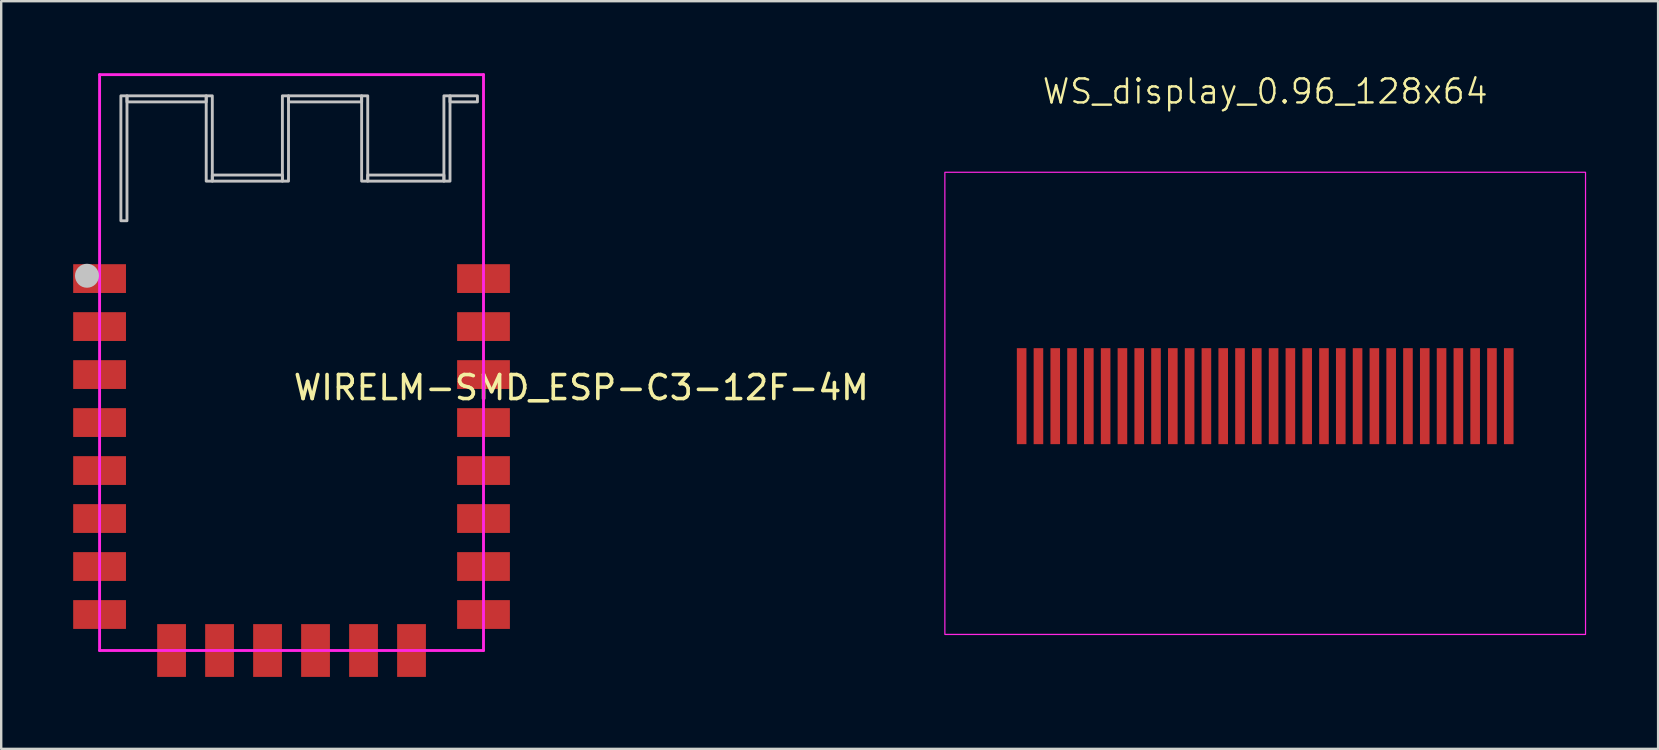
<source format=kicad_pcb>
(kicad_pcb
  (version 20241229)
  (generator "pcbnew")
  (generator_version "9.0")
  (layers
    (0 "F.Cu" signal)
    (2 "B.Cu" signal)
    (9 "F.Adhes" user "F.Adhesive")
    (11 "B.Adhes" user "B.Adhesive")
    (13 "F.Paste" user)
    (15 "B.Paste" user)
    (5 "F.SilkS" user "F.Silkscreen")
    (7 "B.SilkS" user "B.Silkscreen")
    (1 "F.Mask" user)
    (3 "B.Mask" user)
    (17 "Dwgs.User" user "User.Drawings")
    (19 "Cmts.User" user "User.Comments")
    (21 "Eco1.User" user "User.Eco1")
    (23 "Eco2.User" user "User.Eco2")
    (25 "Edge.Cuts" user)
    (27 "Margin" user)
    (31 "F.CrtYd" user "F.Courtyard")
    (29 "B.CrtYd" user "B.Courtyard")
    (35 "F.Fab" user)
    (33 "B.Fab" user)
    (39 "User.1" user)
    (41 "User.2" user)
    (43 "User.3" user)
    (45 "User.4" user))
  (footprint "WS_display_0.96_128x64"
    (layer "F.Cu")
    (at 49.677 13.46)
    (property "Reference" "WS_display_0.96_128x64" (at 0 -12.7 0) (unlocked yes) (layer "F.SilkS") (effects (font (size 1 1) (thickness 0.1))))
    (attr smd)
    (fp_rect (start -13.35 -9.33) (end 13.35 9.93) (stroke (width 0.05) (type default)) (fill no) (layer "F.CrtYd"))
    (pad "" smd rect (at -9.45 0) (size 0.4 4) (layers "F.Cu" "F.Mask" "F.Paste"))
    (pad "" smd rect (at -8.75 0) (size 0.4 4) (layers "F.Cu" "F.Mask" "F.Paste"))
    (pad "" smd rect (at -8.05 0) (size 0.4 4) (layers "F.Cu" "F.Mask" "F.Paste"))
    (pad "" smd rect (at -7.35 0) (size 0.4 4) (layers "F.Cu" "F.Mask" "F.Paste"))
    (pad "" smd rect (at -6.65 0) (size 0.4 4) (layers "F.Cu" "F.Mask" "F.Paste"))
    (pad "" smd rect (at -5.95 0) (size 0.4 4) (layers "F.Cu" "F.Mask" "F.Paste"))
    (pad "" smd rect (at -3.85 0) (size 0.4 4) (layers "F.Cu" "F.Mask" "F.Paste"))
    (pad "" smd rect (at 1.05 0) (size 0.4 4) (layers "F.Cu" "F.Mask" "F.Paste"))
    (pad "" smd rect (at 2.45 0) (size 0.4 4) (layers "F.Cu" "F.Mask" "F.Paste"))
    (pad "" smd rect (at 3.15 0) (size 0.4 4) (layers "F.Cu" "F.Mask" "F.Paste"))
    (pad "" smd rect (at 3.85 0) (size 0.4 4) (layers "F.Cu" "F.Mask" "F.Paste"))
    (pad "" smd rect (at 4.55 0) (size 0.4 4) (layers "F.Cu" "F.Mask" "F.Paste"))
    (pad "" smd rect (at 5.25 0) (size 0.4 4) (layers "F.Cu" "F.Mask" "F.Paste"))
    (pad "" smd rect (at 5.95 0) (size 0.4 4) (layers "F.Cu" "F.Mask" "F.Paste"))
    (pad "" smd rect (at 6.65 0) (size 0.4 4) (layers "F.Cu" "F.Mask" "F.Paste"))
    (pad "" smd rect (at 7.35 0) (size 0.4 4) (layers "F.Cu" "F.Mask" "F.Paste"))
    (pad "" smd rect (at 8.05 0) (size 0.4 4) (layers "F.Cu" "F.Mask" "F.Paste"))
    (pad "1" smd rect (at -10.15 0) (size 0.4 4) (layers "F.Cu" "F.Mask" "F.Paste"))
    (pad "1" smd rect (at -5.25 0) (size 0.4 4) (layers "F.Cu" "F.Mask" "F.Paste"))
    (pad "1" smd rect (at -2.45 0) (size 0.4 4) (layers "F.Cu" "F.Mask" "F.Paste"))
    (pad "1" smd rect (at 10.15 0) (size 0.4 4) (layers "F.Cu" "F.Mask" "F.Paste"))
    (pad "2" smd rect (at -4.55 0) (size 0.4 4) (layers "F.Cu" "F.Mask" "F.Paste"))
    (pad "2" smd rect (at -3.15 0) (size 0.4 4) (layers "F.Cu" "F.Mask" "F.Paste"))
    (pad "2" smd rect (at 8.75 0) (size 0.4 4) (layers "F.Cu" "F.Mask" "F.Paste"))
    (pad "3" smd rect (at -1.75 0) (size 0.4 4) (layers "F.Cu" "F.Mask" "F.Paste"))
    (pad "4" smd rect (at -1.05 0) (size 0.4 4) (layers "F.Cu" "F.Mask" "F.Paste"))
    (pad "5" smd rect (at -0.35 0) (size 0.4 4) (layers "F.Cu" "F.Mask" "F.Paste"))
    (pad "6" smd rect (at 1.75 0) (size 0.4 4) (layers "F.Cu" "F.Mask" "F.Paste"))
    (pad "7" smd rect (at 0.35 0) (size 0.4 4) (layers "F.Cu" "F.Mask" "F.Paste"))
    (pad "8" smd rect (at 9.45 0) (size 0.4 4) (layers "F.Cu" "F.Mask" "F.Paste")))
  (footprint "WIRELM-SMD_ESP-C3-12F-4M"
    (layer "F.Cu")
    (at 9.1 16.31)
    (property "Reference" "WIRELM-SMD_ESP-C3-12F-4M" (at 0 -3.207 0) (layer "F.SilkS") (effects (font (size 1 1) (thickness 0.15)) (justify left)))
    (attr through_hole)
    (fp_circle (center -8.525 -7.868) (end -8.275 -7.868) (stroke (width 0.5) (type solid)) (fill no) (layer "Dwgs.User"))
    (fp_poly (pts (xy -7.112 -10.16) (xy -7.112 -15.367) (xy -6.858 -15.367) (xy -6.858 -10.16)) (stroke (width 0.12) (type solid)) (fill no) (layer "Dwgs.User"))
    (fp_poly (pts (xy -6.858 -15.367) (xy -3.556 -15.367) (xy -3.556 -15.113) (xy -6.858 -15.113)) (stroke (width 0.12) (type solid)) (fill no) (layer "Dwgs.User"))
    (fp_poly (pts (xy -3.556 -15.367) (xy -3.556 -11.811) (xy -3.302 -11.811) (xy -3.302 -15.367)) (stroke (width 0.12) (type solid)) (fill no) (layer "Dwgs.User"))
    (fp_poly (pts (xy -3.302 -11.811) (xy -0.381 -11.811) (xy -0.381 -12.065) (xy -3.302 -12.065)) (stroke (width 0.12) (type solid)) (fill no) (layer "Dwgs.User"))
    (fp_poly (pts (xy -0.381 -11.811) (xy -0.381 -15.367) (xy -0.127 -15.367) (xy -0.127 -11.811)) (stroke (width 0.12) (type solid)) (fill no) (layer "Dwgs.User"))
    (fp_poly (pts (xy -0.127 -15.367) (xy 2.921 -15.367) (xy 2.921 -15.113) (xy -0.127 -15.113)) (stroke (width 0.12) (type solid)) (fill no) (layer "Dwgs.User"))
    (fp_poly (pts (xy 2.921 -15.367) (xy 2.921 -11.811) (xy 3.175 -11.811) (xy 3.175 -15.367)) (stroke (width 0.12) (type solid)) (fill no) (layer "Dwgs.User"))
    (fp_poly (pts (xy 3.175 -11.811) (xy 6.35 -11.811) (xy 6.35 -12.065) (xy 3.175 -12.065)) (stroke (width 0.12) (type solid)) (fill no) (layer "Dwgs.User"))
    (fp_poly (pts (xy 6.35 -11.811) (xy 6.35 -15.367) (xy 6.604 -15.367) (xy 6.604 -11.811)) (stroke (width 0.12) (type solid)) (fill no) (layer "Dwgs.User"))
    (fp_poly (pts (xy 6.604 -15.367) (xy 7.747 -15.367) (xy 7.747 -15.113) (xy 6.604 -15.113)) (stroke (width 0.12) (type solid)) (fill no) (layer "Dwgs.User"))
    (fp_circle (center -8 -16.25) (end -7.97 -16.25) (stroke (width 0.06) (type solid)) (fill no) (layer "Eco2.User"))
    (fp_poly (pts (xy -8 -8.25) (xy -7 -8.25) (xy -7 -7.25) (xy -8 -7.25)) (stroke (width 0.12) (type solid)) (fill no) (layer "Eco2.User"))
    (fp_poly (pts (xy -8 -6.25) (xy -7 -6.25) (xy -7 -5.25) (xy -8 -5.25)) (stroke (width 0.12) (type solid)) (fill no) (layer "Eco2.User"))
    (fp_poly (pts (xy -8 -4.25) (xy -7 -4.25) (xy -7 -3.25) (xy -8 -3.25)) (stroke (width 0.12) (type solid)) (fill no) (layer "Eco2.User"))
    (fp_poly (pts (xy -8 -2.25) (xy -7 -2.25) (xy -7 -1.25) (xy -8 -1.25)) (stroke (width 0.12) (type solid)) (fill no) (layer "Eco2.User"))
    (fp_poly (pts (xy -8 -0.25) (xy -7 -0.25) (xy -7 0.75) (xy -8 0.75)) (stroke (width 0.12) (type solid)) (fill no) (layer "Eco2.User"))
    (fp_poly (pts (xy -8 1.75) (xy -7 1.75) (xy -7 2.75) (xy -8 2.75)) (stroke (width 0.12) (type solid)) (fill no) (layer "Eco2.User"))
    (fp_poly (pts (xy -8 3.75) (xy -7 3.75) (xy -7 4.75) (xy -8 4.75)) (stroke (width 0.12) (type solid)) (fill no) (layer "Eco2.User"))
    (fp_poly (pts (xy -8 5.75) (xy -7 5.75) (xy -7 6.75) (xy -8 6.75)) (stroke (width 0.12) (type solid)) (fill no) (layer "Eco2.User"))
    (fp_poly (pts (xy -5.5 7) (xy -4.5 7) (xy -4.5 7.75) (xy -5.5 7.75)) (stroke (width 0.12) (type solid)) (fill no) (layer "Eco2.User"))
    (fp_poly (pts (xy -3.5 7) (xy -2.5 7) (xy -2.5 7.75) (xy -3.5 7.75)) (stroke (width 0.12) (type solid)) (fill no) (layer "Eco2.User"))
    (fp_poly (pts (xy -1.5 7) (xy -0.5 7) (xy -0.5 7.75) (xy -1.5 7.75)) (stroke (width 0.12) (type solid)) (fill no) (layer "Eco2.User"))
    (fp_poly (pts (xy 0.5 7) (xy 1.5 7) (xy 1.5 7.75) (xy 0.5 7.75)) (stroke (width 0.12) (type solid)) (fill no) (layer "Eco2.User"))
    (fp_poly (pts (xy 2.5 7) (xy 3.5 7) (xy 3.5 7.75) (xy 2.5 7.75)) (stroke (width 0.12) (type solid)) (fill no) (layer "Eco2.User"))
    (fp_poly (pts (xy 4.5 7) (xy 5.5 7) (xy 5.5 7.75) (xy 4.5 7.75)) (stroke (width 0.12) (type solid)) (fill no) (layer "Eco2.User"))
    (fp_poly (pts (xy 8 -7.25) (xy 7 -7.25) (xy 7 -8.25) (xy 8 -8.25)) (stroke (width 0.12) (type solid)) (fill no) (layer "Eco2.User"))
    (fp_poly (pts (xy 8 -5.25) (xy 7 -5.25) (xy 7 -6.25) (xy 8 -6.25)) (stroke (width 0.12) (type solid)) (fill no) (layer "Eco2.User"))
    (fp_poly (pts (xy 8 -3.25) (xy 7 -3.25) (xy 7 -4.25) (xy 8 -4.25)) (stroke (width 0.12) (type solid)) (fill no) (layer "Eco2.User"))
    (fp_poly (pts (xy 8 -1.25) (xy 7 -1.25) (xy 7 -2.25) (xy 8 -2.25)) (stroke (width 0.12) (type solid)) (fill no) (layer "Eco2.User"))
    (fp_poly (pts (xy 8 0.75) (xy 7 0.75) (xy 7 -0.25) (xy 8 -0.25)) (stroke (width 0.12) (type solid)) (fill no) (layer "Eco2.User"))
    (fp_poly (pts (xy 8 2.75) (xy 7 2.75) (xy 7 1.75) (xy 8 1.75)) (stroke (width 0.12) (type solid)) (fill no) (layer "Eco2.User"))
    (fp_poly (pts (xy 8 4.75) (xy 7 4.75) (xy 7 3.75) (xy 8 3.75)) (stroke (width 0.12) (type solid)) (fill no) (layer "Eco2.User"))
    (fp_poly (pts (xy 8 6.75) (xy 7 6.75) (xy 7 5.75) (xy 8 5.75)) (stroke (width 0.12) (type solid)) (fill no) (layer "Eco2.User"))
    (fp_line (start -8 -16.25) (end 8 -16.25) (stroke (width 0.12) (type solid)) (layer "F.CrtYd"))
    (fp_line (start -8 7.75) (end -8 -16.25) (stroke (width 0.12) (type solid)) (layer "F.CrtYd"))
    (fp_line (start 8 -16.25) (end 8 7.75) (stroke (width 0.12) (type solid)) (layer "F.CrtYd"))
    (fp_line (start 8 7.75) (end -8 7.75) (stroke (width 0.12) (type solid)) (layer "F.CrtYd"))
    (pad "1" smd rect (at -8 -7.75) (size 2.2 1.2) (layers "F.Cu" "F.Mask" "F.Paste"))
    (pad "2" smd rect (at -8 -5.75) (size 2.2 1.2) (layers "F.Cu" "F.Mask" "F.Paste"))
    (pad "3" smd rect (at -8 -3.75) (size 2.2 1.2) (layers "F.Cu" "F.Mask" "F.Paste"))
    (pad "4" smd rect (at -8 -1.75) (size 2.2 1.2) (layers "F.Cu" "F.Mask" "F.Paste"))
    (pad "5" smd rect (at -8 0.25) (size 2.2 1.2) (layers "F.Cu" "F.Mask" "F.Paste"))
    (pad "6" smd rect (at -8 2.25) (size 2.2 1.2) (layers "F.Cu" "F.Mask" "F.Paste"))
    (pad "7" smd rect (at -8 4.25) (size 2.2 1.2) (layers "F.Cu" "F.Mask" "F.Paste"))
    (pad "8" smd rect (at -8 6.25) (size 2.2 1.2) (layers "F.Cu" "F.Mask" "F.Paste"))
    (pad "9" smd rect (at -5 7.75 90) (size 2.2 1.2) (layers "F.Cu" "F.Mask" "F.Paste"))
    (pad "10" smd rect (at -3 7.75 90) (size 2.2 1.2) (layers "F.Cu" "F.Mask" "F.Paste"))
    (pad "11" smd rect (at -1 7.75 90) (size 2.2 1.2) (layers "F.Cu" "F.Mask" "F.Paste"))
    (pad "12" smd rect (at 1 7.75 90) (size 2.2 1.2) (layers "F.Cu" "F.Mask" "F.Paste"))
    (pad "13" smd rect (at 3 7.75 90) (size 2.2 1.2) (layers "F.Cu" "F.Mask" "F.Paste"))
    (pad "14" smd rect (at 5 7.75 90) (size 2.2 1.2) (layers "F.Cu" "F.Mask" "F.Paste"))
    (pad "15" smd rect (at 8 6.25 180) (size 2.2 1.2) (layers "F.Cu" "F.Mask" "F.Paste"))
    (pad "16" smd rect (at 8 4.25 180) (size 2.2 1.2) (layers "F.Cu" "F.Mask" "F.Paste"))
    (pad "17" smd rect (at 8 2.25 180) (size 2.2 1.2) (layers "F.Cu" "F.Mask" "F.Paste"))
    (pad "18" smd rect (at 8 0.25 180) (size 2.2 1.2) (layers "F.Cu" "F.Mask" "F.Paste"))
    (pad "19" smd rect (at 8 -1.75 180) (size 2.2 1.2) (layers "F.Cu" "F.Mask" "F.Paste"))
    (pad "20" smd rect (at 8 -3.75 180) (size 2.2 1.2) (layers "F.Cu" "F.Mask" "F.Paste"))
    (pad "21" smd rect (at 8 -5.75 180) (size 2.2 1.2) (layers "F.Cu" "F.Mask" "F.Paste"))
    (pad "22" smd rect (at 8 -7.75 180) (size 2.2 1.2) (layers "F.Cu" "F.Mask" "F.Paste")))
  (gr_rect
    (start -3 -3)
    (end 66.052 28.16)
    (stroke (width 0.1) (type default))
    (fill no)
    (layer "Edge.Cuts")))
</source>
